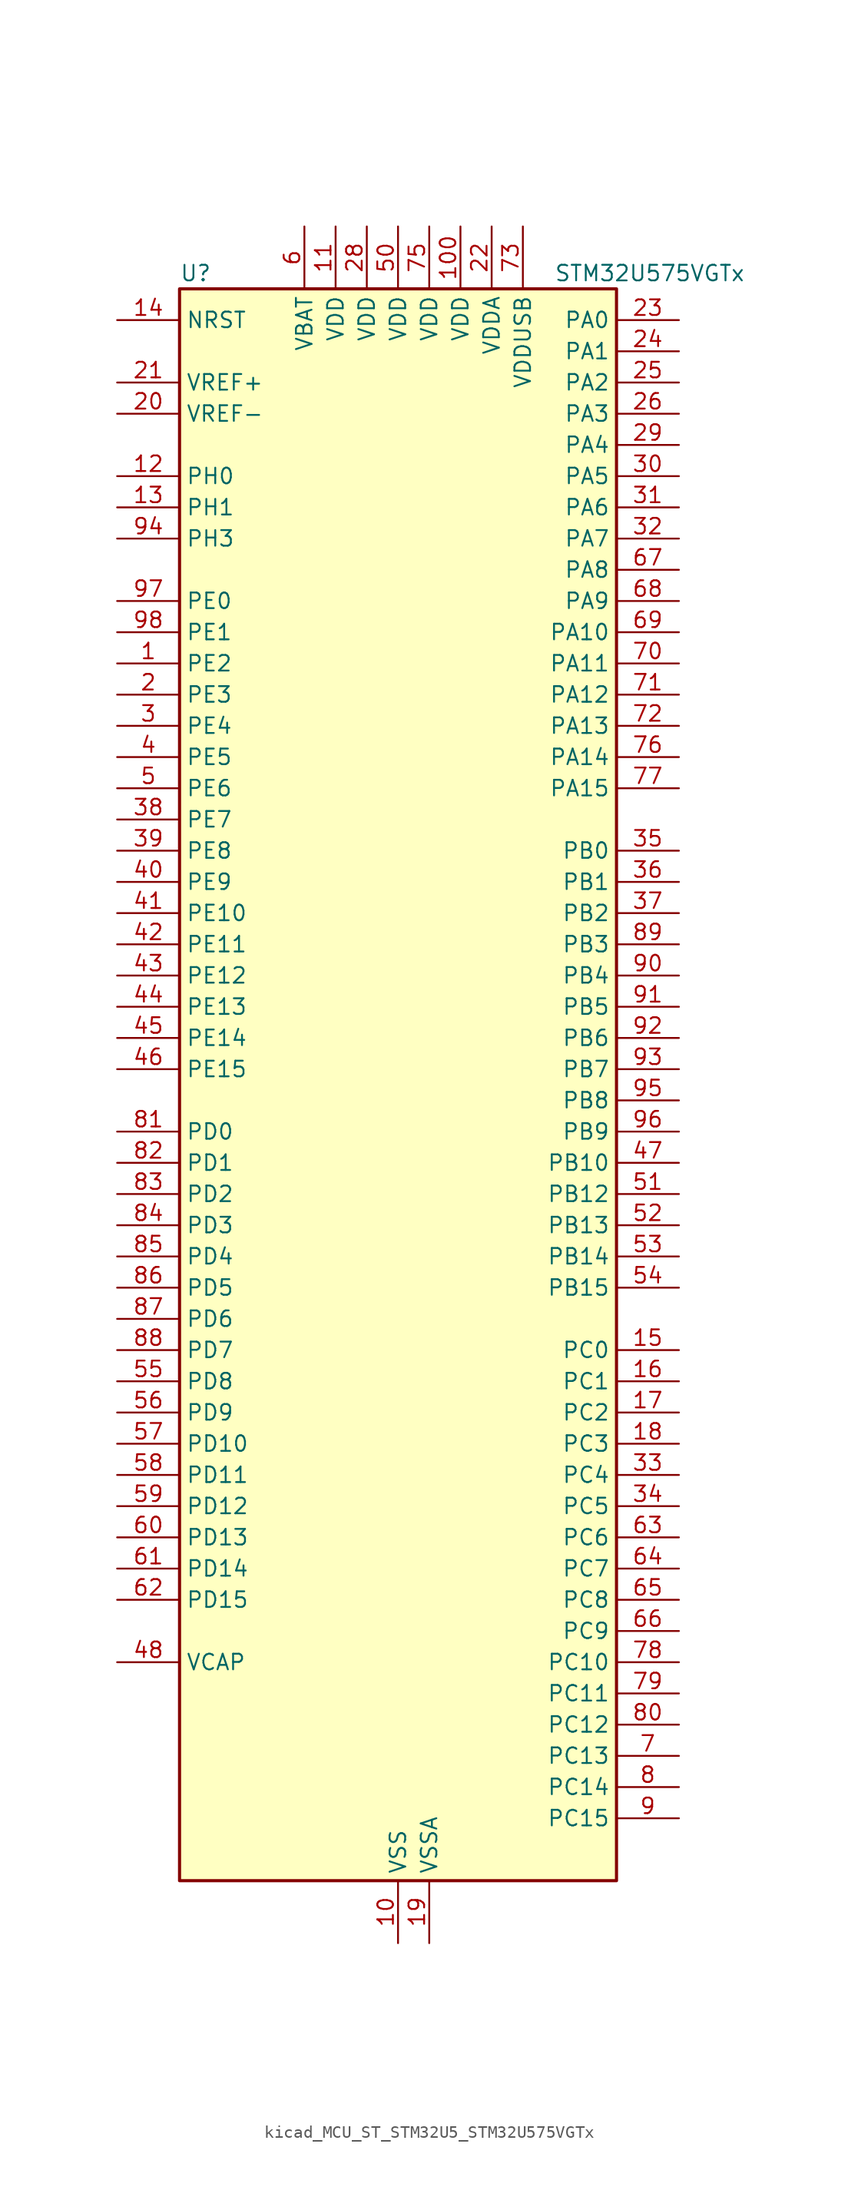
<source format=kicad_sym>
(kicad_symbol_lib
  (version 20220914)
  (generator kicad_symbol_editor)
  (symbol "kicad_MCU_ST_STM32U5_STM32U575VGTx"
    (property "Reference" "U"
      (at -17.78 67.31 0)
      (effects (font (size 1.27 1.27)) (justify left)))
    (property "Value" "STM32U575VGTx"
      (at 12.7 67.31 0)
      (effects (font (size 1.27 1.27)) (justify left)))
    (property "ki_locked" ""
      (at 0 0 0)
      (effects (font (size 1.27 1.27))))
    (symbol "kicad_MCU_ST_STM32U5_STM32U575VGTx_0_1"
      (rectangle (start -17.78 -63.5) (end 17.78 66.04) (stroke (width 0.254) (type default)) (fill (type background))))
    (symbol "kicad_MCU_ST_STM32U5_STM32U575VGTx_1_1"
      (pin bidirectional line (at -22.86 35.56 0) (length 5.08) (name "PE2" (effects (font (size 1.27 1.27)))) (number "1" (effects (font (size 1.27 1.27)))) (alternate "DEBUG_TRACECLK" bidirectional line) (alternate "FMC_A23" bidirectional line) (alternate "SAI1_CK1" bidirectional line) (alternate "SAI1_MCLK_A" bidirectional line) (alternate "TIM3_ETR" bidirectional line) (alternate "TSC_G7_IO1" bidirectional line))
      (pin power_in line (at 0 -68.58 90) (length 5.08) (name "VSS" (effects (font (size 1.27 1.27)))) (number "10" (effects (font (size 1.27 1.27)))))
      (pin power_in line (at 5.08 71.12 270) (length 5.08) (name "VDD" (effects (font (size 1.27 1.27)))) (number "100" (effects (font (size 1.27 1.27)))))
      (pin power_in line (at -5.08 71.12 270) (length 5.08) (name "VDD" (effects (font (size 1.27 1.27)))) (number "11" (effects (font (size 1.27 1.27)))))
      (pin bidirectional line (at -22.86 50.8 0) (length 5.08) (name "PH0" (effects (font (size 1.27 1.27)))) (number "12" (effects (font (size 1.27 1.27)))) (alternate "RCC_OSC_IN" bidirectional line))
      (pin bidirectional line (at -22.86 48.26 0) (length 5.08) (name "PH1" (effects (font (size 1.27 1.27)))) (number "13" (effects (font (size 1.27 1.27)))) (alternate "RCC_OSC_OUT" bidirectional line))
      (pin input line (at -22.86 63.5 0) (length 5.08) (name "NRST" (effects (font (size 1.27 1.27)))) (number "14" (effects (font (size 1.27 1.27)))))
      (pin bidirectional line (at 22.86 -20.32 180) (length 5.08) (name "PC0" (effects (font (size 1.27 1.27)))) (number "15" (effects (font (size 1.27 1.27)))) (alternate "ADC1_IN1" bidirectional line) (alternate "ADC4_IN1" bidirectional line) (alternate "I2C3_SCL" bidirectional line) (alternate "LPTIM1_IN1" bidirectional line) (alternate "LPTIM2_IN1" bidirectional line) (alternate "LPUART1_RX" bidirectional line) (alternate "MDF1_SDI4" bidirectional line) (alternate "OCTOSPIM_P1_IO7" bidirectional line) (alternate "SAI2_FS_A" bidirectional line) (alternate "SDMMC1_D5" bidirectional line) (alternate "SPI2_RDY" bidirectional line))
      (pin bidirectional line (at 22.86 -22.86 180) (length 5.08) (name "PC1" (effects (font (size 1.27 1.27)))) (number "16" (effects (font (size 1.27 1.27)))) (alternate "ADC1_IN2" bidirectional line) (alternate "ADC4_IN2" bidirectional line) (alternate "DEBUG_TRACED0" bidirectional line) (alternate "I2C3_SDA" bidirectional line) (alternate "LPTIM1_CH1" bidirectional line) (alternate "LPUART1_TX" bidirectional line) (alternate "MDF1_CKI4" bidirectional line) (alternate "OCTOSPIM_P1_IO4" bidirectional line) (alternate "SAI1_SD_A" bidirectional line) (alternate "SDMMC2_CK" bidirectional line) (alternate "SPI2_MOSI" bidirectional line))
      (pin bidirectional line (at 22.86 -25.4 180) (length 5.08) (name "PC2" (effects (font (size 1.27 1.27)))) (number "17" (effects (font (size 1.27 1.27)))) (alternate "ADC1_IN3" bidirectional line) (alternate "ADC4_IN3" bidirectional line) (alternate "LPTIM1_IN2" bidirectional line) (alternate "MDF1_CCK1" bidirectional line) (alternate "OCTOSPIM_P1_IO5" bidirectional line) (alternate "SPI2_MISO" bidirectional line))
      (pin bidirectional line (at 22.86 -27.94 180) (length 5.08) (name "PC3" (effects (font (size 1.27 1.27)))) (number "18" (effects (font (size 1.27 1.27)))) (alternate "ADC1_IN4" bidirectional line) (alternate "ADC4_IN4" bidirectional line) (alternate "LPTIM1_ETR" bidirectional line) (alternate "LPTIM2_ETR" bidirectional line) (alternate "LPTIM3_CH1" bidirectional line) (alternate "OCTOSPIM_P1_IO6" bidirectional line) (alternate "SAI1_D1" bidirectional line) (alternate "SAI1_SD_A" bidirectional line) (alternate "SPI2_MOSI" bidirectional line))
      (pin power_in line (at 2.54 -68.58 90) (length 5.08) (name "VSSA" (effects (font (size 1.27 1.27)))) (number "19" (effects (font (size 1.27 1.27)))))
      (pin bidirectional line (at -22.86 33.02 0) (length 5.08) (name "PE3" (effects (font (size 1.27 1.27)))) (number "2" (effects (font (size 1.27 1.27)))) (alternate "DEBUG_TRACED0" bidirectional line) (alternate "FMC_A19" bidirectional line) (alternate "OCTOSPIM_P1_DQS" bidirectional line) (alternate "SAI1_SD_B" bidirectional line) (alternate "TAMP_IN6" bidirectional line) (alternate "TAMP_OUT3" bidirectional line) (alternate "TIM3_CH1" bidirectional line) (alternate "TSC_G7_IO2" bidirectional line))
      (pin input line (at -22.86 55.88 0) (length 5.08) (name "VREF-" (effects (font (size 1.27 1.27)))) (number "20" (effects (font (size 1.27 1.27)))))
      (pin input line (at -22.86 58.42 0) (length 5.08) (name "VREF+" (effects (font (size 1.27 1.27)))) (number "21" (effects (font (size 1.27 1.27)))) (alternate "VREFBUF_OUT" bidirectional line))
      (pin power_in line (at 7.62 71.12 270) (length 5.08) (name "VDDA" (effects (font (size 1.27 1.27)))) (number "22" (effects (font (size 1.27 1.27)))))
      (pin bidirectional line (at 22.86 63.5 180) (length 5.08) (name "PA0" (effects (font (size 1.27 1.27)))) (number "23" (effects (font (size 1.27 1.27)))) (alternate "ADC1_IN5" bidirectional line) (alternate "AUDIOCLK" bidirectional line) (alternate "OCTOSPIM_P2_NCS" bidirectional line) (alternate "OPAMP1_VINP" bidirectional line) (alternate "PWR_WKUP1" bidirectional line) (alternate "SDMMC2_CMD" bidirectional line) (alternate "SPI3_RDY" bidirectional line) (alternate "TAMP_IN2" bidirectional line) (alternate "TAMP_OUT1" bidirectional line) (alternate "TIM2_CH1" bidirectional line) (alternate "TIM2_ETR" bidirectional line) (alternate "TIM5_CH1" bidirectional line) (alternate "TIM8_ETR" bidirectional line) (alternate "UART4_TX" bidirectional line) (alternate "USART2_CTS" bidirectional line))
      (pin bidirectional line (at 22.86 60.96 180) (length 5.08) (name "PA1" (effects (font (size 1.27 1.27)))) (number "24" (effects (font (size 1.27 1.27)))) (alternate "ADC1_IN6" bidirectional line) (alternate "I2C1_SMBA" bidirectional line) (alternate "LPTIM1_CH2" bidirectional line) (alternate "OCTOSPIM_P1_DQS" bidirectional line) (alternate "OPAMP1_VINM" bidirectional line) (alternate "PWR_WKUP3" bidirectional line) (alternate "SPI1_SCK" bidirectional line) (alternate "TAMP_IN5" bidirectional line) (alternate "TAMP_OUT4" bidirectional line) (alternate "TIM15_CH1N" bidirectional line) (alternate "TIM2_CH2" bidirectional line) (alternate "TIM5_CH2" bidirectional line) (alternate "UART4_RX" bidirectional line) (alternate "USART2_DE" bidirectional line) (alternate "USART2_RTS" bidirectional line))
      (pin bidirectional line (at 22.86 58.42 180) (length 5.08) (name "PA2" (effects (font (size 1.27 1.27)))) (number "25" (effects (font (size 1.27 1.27)))) (alternate "ADC1_IN7" bidirectional line) (alternate "COMP1_INP" bidirectional line) (alternate "LPUART1_TX" bidirectional line) (alternate "OCTOSPIM_P1_NCS" bidirectional line) (alternate "PWR_WKUP4" bidirectional line) (alternate "RCC_LSCO" bidirectional line) (alternate "SPI1_RDY" bidirectional line) (alternate "TIM15_CH1" bidirectional line) (alternate "TIM2_CH3" bidirectional line) (alternate "TIM5_CH3" bidirectional line) (alternate "UCPD1_FRSTX1" bidirectional line) (alternate "USART2_TX" bidirectional line))
      (pin bidirectional line (at 22.86 55.88 180) (length 5.08) (name "PA3" (effects (font (size 1.27 1.27)))) (number "26" (effects (font (size 1.27 1.27)))) (alternate "ADC1_IN8" bidirectional line) (alternate "LPUART1_RX" bidirectional line) (alternate "OCTOSPIM_P1_CLK" bidirectional line) (alternate "OPAMP1_VOUT" bidirectional line) (alternate "PWR_WKUP5" bidirectional line) (alternate "SAI1_CK1" bidirectional line) (alternate "SAI1_MCLK_A" bidirectional line) (alternate "TIM15_CH2" bidirectional line) (alternate "TIM2_CH4" bidirectional line) (alternate "TIM5_CH4" bidirectional line) (alternate "USART2_RX" bidirectional line))
      (pin passive line (at 0 -68.58 90) (length 5.08) hide (name "VSS" (effects (font (size 1.27 1.27)))) (number "27" (effects (font (size 1.27 1.27)))))
      (pin power_in line (at -2.54 71.12 270) (length 5.08) (name "VDD" (effects (font (size 1.27 1.27)))) (number "28" (effects (font (size 1.27 1.27)))))
      (pin bidirectional line (at 22.86 53.34 180) (length 5.08) (name "PA4" (effects (font (size 1.27 1.27)))) (number "29" (effects (font (size 1.27 1.27)))) (alternate "ADC1_IN9" bidirectional line) (alternate "ADC4_IN9" bidirectional line) (alternate "DAC1_OUT1" bidirectional line) (alternate "DCMI_HSYNC" bidirectional line) (alternate "LPTIM2_CH1" bidirectional line) (alternate "OCTOSPIM_P1_NCS" bidirectional line) (alternate "PSSI_DE" bidirectional line) (alternate "PWR_WKUP2" bidirectional line) (alternate "SAI1_FS_B" bidirectional line) (alternate "SPI1_NSS" bidirectional line) (alternate "SPI3_NSS" bidirectional line) (alternate "USART2_CK" bidirectional line))
      (pin bidirectional line (at -22.86 30.48 0) (length 5.08) (name "PE4" (effects (font (size 1.27 1.27)))) (number "3" (effects (font (size 1.27 1.27)))) (alternate "DCMI_D4" bidirectional line) (alternate "DEBUG_TRACED1" bidirectional line) (alternate "FMC_A20" bidirectional line) (alternate "MDF1_SDI3" bidirectional line) (alternate "PSSI_D4" bidirectional line) (alternate "PWR_WKUP1" bidirectional line) (alternate "SAI1_D2" bidirectional line) (alternate "SAI1_FS_A" bidirectional line) (alternate "TAMP_IN7" bidirectional line) (alternate "TAMP_OUT8" bidirectional line) (alternate "TIM3_CH2" bidirectional line) (alternate "TSC_G7_IO3" bidirectional line))
      (pin bidirectional line (at 22.86 50.8 180) (length 5.08) (name "PA5" (effects (font (size 1.27 1.27)))) (number "30" (effects (font (size 1.27 1.27)))) (alternate "ADC1_IN10" bidirectional line) (alternate "ADC4_IN10" bidirectional line) (alternate "DAC1_OUT2" bidirectional line) (alternate "LPTIM2_ETR" bidirectional line) (alternate "PSSI_D14" bidirectional line) (alternate "PWR_CSLEEP" bidirectional line) (alternate "PWR_WKUP6" bidirectional line) (alternate "SPI1_SCK" bidirectional line) (alternate "TIM2_CH1" bidirectional line) (alternate "TIM2_ETR" bidirectional line) (alternate "TIM8_CH1N" bidirectional line) (alternate "USART3_RX" bidirectional line))
      (pin bidirectional line (at 22.86 48.26 180) (length 5.08) (name "PA6" (effects (font (size 1.27 1.27)))) (number "31" (effects (font (size 1.27 1.27)))) (alternate "ADC1_IN11" bidirectional line) (alternate "ADC4_IN11" bidirectional line) (alternate "DCMI_PIXCLK" bidirectional line) (alternate "LPUART1_CTS" bidirectional line) (alternate "OCTOSPIM_P1_IO3" bidirectional line) (alternate "OPAMP2_VINP" bidirectional line) (alternate "PSSI_PDCK" bidirectional line) (alternate "PWR_CDSTOP" bidirectional line) (alternate "PWR_WKUP7" bidirectional line) (alternate "SPI1_MISO" bidirectional line) (alternate "TIM16_CH1" bidirectional line) (alternate "TIM1_BKIN" bidirectional line) (alternate "TIM3_CH1" bidirectional line) (alternate "TIM8_BKIN" bidirectional line) (alternate "USART3_CTS" bidirectional line))
      (pin bidirectional line (at 22.86 45.72 180) (length 5.08) (name "PA7" (effects (font (size 1.27 1.27)))) (number "32" (effects (font (size 1.27 1.27)))) (alternate "ADC1_IN12" bidirectional line) (alternate "ADC4_IN20" bidirectional line) (alternate "I2C3_SCL" bidirectional line) (alternate "LPTIM2_CH2" bidirectional line) (alternate "OCTOSPIM_P1_IO2" bidirectional line) (alternate "OPAMP2_VINM" bidirectional line) (alternate "PWR_SRDSTOP" bidirectional line) (alternate "PWR_WKUP8" bidirectional line) (alternate "SPI1_MOSI" bidirectional line) (alternate "TIM17_CH1" bidirectional line) (alternate "TIM1_CH1N" bidirectional line) (alternate "TIM3_CH2" bidirectional line) (alternate "TIM8_CH1N" bidirectional line) (alternate "USART3_TX" bidirectional line))
      (pin bidirectional line (at 22.86 -30.48 180) (length 5.08) (name "PC4" (effects (font (size 1.27 1.27)))) (number "33" (effects (font (size 1.27 1.27)))) (alternate "ADC1_IN13" bidirectional line) (alternate "ADC4_IN22" bidirectional line) (alternate "COMP1_INM" bidirectional line) (alternate "OCTOSPIM_P1_IO7" bidirectional line) (alternate "USART3_TX" bidirectional line))
      (pin bidirectional line (at 22.86 -33.02 180) (length 5.08) (name "PC5" (effects (font (size 1.27 1.27)))) (number "34" (effects (font (size 1.27 1.27)))) (alternate "ADC1_IN14" bidirectional line) (alternate "ADC4_IN23" bidirectional line) (alternate "COMP1_INP" bidirectional line) (alternate "PSSI_D15" bidirectional line) (alternate "PWR_WKUP5" bidirectional line) (alternate "SAI1_D3" bidirectional line) (alternate "TAMP_IN4" bidirectional line) (alternate "TAMP_OUT5" bidirectional line) (alternate "TIM1_CH4N" bidirectional line) (alternate "USART3_RX" bidirectional line))
      (pin bidirectional line (at 22.86 20.32 180) (length 5.08) (name "PB0" (effects (font (size 1.27 1.27)))) (number "35" (effects (font (size 1.27 1.27)))) (alternate "ADC1_IN15" bidirectional line) (alternate "ADC4_IN18" bidirectional line) (alternate "AUDIOCLK" bidirectional line) (alternate "COMP1_OUT" bidirectional line) (alternate "LPTIM3_CH1" bidirectional line) (alternate "OCTOSPIM_P1_IO1" bidirectional line) (alternate "OPAMP2_VOUT" bidirectional line) (alternate "SPI1_NSS" bidirectional line) (alternate "TIM1_CH2N" bidirectional line) (alternate "TIM3_CH3" bidirectional line) (alternate "TIM8_CH2N" bidirectional line) (alternate "USART3_CK" bidirectional line))
      (pin bidirectional line (at 22.86 17.78 180) (length 5.08) (name "PB1" (effects (font (size 1.27 1.27)))) (number "36" (effects (font (size 1.27 1.27)))) (alternate "ADC1_IN16" bidirectional line) (alternate "ADC4_IN19" bidirectional line) (alternate "COMP1_INM" bidirectional line) (alternate "LPTIM2_IN1" bidirectional line) (alternate "LPTIM3_CH2" bidirectional line) (alternate "LPUART1_DE" bidirectional line) (alternate "LPUART1_RTS" bidirectional line) (alternate "MDF1_SDI0" bidirectional line) (alternate "OCTOSPIM_P1_IO0" bidirectional line) (alternate "PWR_WKUP4" bidirectional line) (alternate "TIM1_CH3N" bidirectional line) (alternate "TIM3_CH4" bidirectional line) (alternate "TIM8_CH3N" bidirectional line) (alternate "USART3_DE" bidirectional line) (alternate "USART3_RTS" bidirectional line))
      (pin bidirectional line (at 22.86 15.24 180) (length 5.08) (name "PB2" (effects (font (size 1.27 1.27)))) (number "37" (effects (font (size 1.27 1.27)))) (alternate "ADC1_IN17" bidirectional line) (alternate "COMP1_INP" bidirectional line) (alternate "I2C3_SMBA" bidirectional line) (alternate "LPTIM1_CH1" bidirectional line) (alternate "MDF1_CKI0" bidirectional line) (alternate "OCTOSPIM_P1_DQS" bidirectional line) (alternate "PWR_WKUP1" bidirectional line) (alternate "RTC_OUT2" bidirectional line) (alternate "SPI1_RDY" bidirectional line) (alternate "TIM8_CH4N" bidirectional line) (alternate "UCPD1_FRSTX1" bidirectional line))
      (pin bidirectional line (at -22.86 22.86 0) (length 5.08) (name "PE7" (effects (font (size 1.27 1.27)))) (number "38" (effects (font (size 1.27 1.27)))) (alternate "FMC_D4" bidirectional line) (alternate "FMC_DA4" bidirectional line) (alternate "MDF1_SDI2" bidirectional line) (alternate "PWR_WKUP6" bidirectional line) (alternate "SAI1_SD_B" bidirectional line) (alternate "TIM1_ETR" bidirectional line))
      (pin bidirectional line (at -22.86 20.32 0) (length 5.08) (name "PE8" (effects (font (size 1.27 1.27)))) (number "39" (effects (font (size 1.27 1.27)))) (alternate "FMC_D5" bidirectional line) (alternate "FMC_DA5" bidirectional line) (alternate "MDF1_CKI2" bidirectional line) (alternate "PWR_WKUP7" bidirectional line) (alternate "SAI1_SCK_B" bidirectional line) (alternate "TIM1_CH1N" bidirectional line))
      (pin bidirectional line (at -22.86 27.94 0) (length 5.08) (name "PE5" (effects (font (size 1.27 1.27)))) (number "4" (effects (font (size 1.27 1.27)))) (alternate "DCMI_D6" bidirectional line) (alternate "DEBUG_TRACED2" bidirectional line) (alternate "FMC_A21" bidirectional line) (alternate "MDF1_CKI3" bidirectional line) (alternate "PSSI_D6" bidirectional line) (alternate "PWR_WKUP2" bidirectional line) (alternate "SAI1_CK2" bidirectional line) (alternate "SAI1_SCK_A" bidirectional line) (alternate "TAMP_IN8" bidirectional line) (alternate "TAMP_OUT7" bidirectional line) (alternate "TIM3_CH3" bidirectional line) (alternate "TSC_G7_IO4" bidirectional line))
      (pin bidirectional line (at -22.86 17.78 0) (length 5.08) (name "PE9" (effects (font (size 1.27 1.27)))) (number "40" (effects (font (size 1.27 1.27)))) (alternate "ADF1_CCK0" bidirectional line) (alternate "DAC1_EXTI9" bidirectional line) (alternate "FMC_D6" bidirectional line) (alternate "FMC_DA6" bidirectional line) (alternate "MDF1_CCK0" bidirectional line) (alternate "OCTOSPIM_P1_NCLK" bidirectional line) (alternate "SAI1_FS_B" bidirectional line) (alternate "TIM1_CH1" bidirectional line))
      (pin bidirectional line (at -22.86 15.24 0) (length 5.08) (name "PE10" (effects (font (size 1.27 1.27)))) (number "41" (effects (font (size 1.27 1.27)))) (alternate "ADF1_SDI0" bidirectional line) (alternate "FMC_D7" bidirectional line) (alternate "FMC_DA7" bidirectional line) (alternate "MDF1_SDI4" bidirectional line) (alternate "OCTOSPIM_P1_CLK" bidirectional line) (alternate "SAI1_MCLK_B" bidirectional line) (alternate "TIM1_CH2N" bidirectional line) (alternate "TSC_G5_IO1" bidirectional line))
      (pin bidirectional line (at -22.86 12.7 0) (length 5.08) (name "PE11" (effects (font (size 1.27 1.27)))) (number "42" (effects (font (size 1.27 1.27)))) (alternate "ADC1_EXTI11" bidirectional line) (alternate "FMC_D8" bidirectional line) (alternate "FMC_DA8" bidirectional line) (alternate "MDF1_CKI4" bidirectional line) (alternate "OCTOSPIM_P1_NCS" bidirectional line) (alternate "SPI1_RDY" bidirectional line) (alternate "TIM1_CH2" bidirectional line) (alternate "TSC_G5_IO2" bidirectional line))
      (pin bidirectional line (at -22.86 10.16 0) (length 5.08) (name "PE12" (effects (font (size 1.27 1.27)))) (number "43" (effects (font (size 1.27 1.27)))) (alternate "FMC_D9" bidirectional line) (alternate "FMC_DA9" bidirectional line) (alternate "MDF1_SDI5" bidirectional line) (alternate "OCTOSPIM_P1_IO0" bidirectional line) (alternate "SPI1_NSS" bidirectional line) (alternate "TIM1_CH3N" bidirectional line) (alternate "TSC_G5_IO3" bidirectional line))
      (pin bidirectional line (at -22.86 7.62 0) (length 5.08) (name "PE13" (effects (font (size 1.27 1.27)))) (number "44" (effects (font (size 1.27 1.27)))) (alternate "FMC_D10" bidirectional line) (alternate "FMC_DA10" bidirectional line) (alternate "MDF1_CKI5" bidirectional line) (alternate "OCTOSPIM_P1_IO1" bidirectional line) (alternate "SPI1_SCK" bidirectional line) (alternate "TIM1_CH3" bidirectional line) (alternate "TSC_G5_IO4" bidirectional line))
      (pin bidirectional line (at -22.86 5.08 0) (length 5.08) (name "PE14" (effects (font (size 1.27 1.27)))) (number "45" (effects (font (size 1.27 1.27)))) (alternate "FMC_D11" bidirectional line) (alternate "FMC_DA11" bidirectional line) (alternate "OCTOSPIM_P1_IO2" bidirectional line) (alternate "SPI1_MISO" bidirectional line) (alternate "TIM1_BKIN2" bidirectional line) (alternate "TIM1_CH4" bidirectional line))
      (pin bidirectional line (at -22.86 2.54 0) (length 5.08) (name "PE15" (effects (font (size 1.27 1.27)))) (number "46" (effects (font (size 1.27 1.27)))) (alternate "ADC1_EXTI15" bidirectional line) (alternate "ADC4_EXTI15" bidirectional line) (alternate "FMC_D12" bidirectional line) (alternate "FMC_DA12" bidirectional line) (alternate "OCTOSPIM_P1_IO3" bidirectional line) (alternate "SPI1_MOSI" bidirectional line) (alternate "TIM1_BKIN" bidirectional line) (alternate "TIM1_CH4N" bidirectional line))
      (pin bidirectional line (at 22.86 -5.08 180) (length 5.08) (name "PB10" (effects (font (size 1.27 1.27)))) (number "47" (effects (font (size 1.27 1.27)))) (alternate "COMP1_OUT" bidirectional line) (alternate "I2C2_SCL" bidirectional line) (alternate "I2C4_SCL" bidirectional line) (alternate "LPTIM3_CH1" bidirectional line) (alternate "LPUART1_RX" bidirectional line) (alternate "OCTOSPIM_P1_CLK" bidirectional line) (alternate "PWR_WKUP8" bidirectional line) (alternate "SAI1_SCK_A" bidirectional line) (alternate "SPI2_SCK" bidirectional line) (alternate "TIM2_CH3" bidirectional line) (alternate "TSC_SYNC" bidirectional line) (alternate "USART3_TX" bidirectional line))
      (pin power_out line (at -22.86 -45.72 0) (length 5.08) (name "VCAP" (effects (font (size 1.27 1.27)))) (number "48" (effects (font (size 1.27 1.27)))))
      (pin passive line (at 0 -68.58 90) (length 5.08) hide (name "VSS" (effects (font (size 1.27 1.27)))) (number "49" (effects (font (size 1.27 1.27)))))
      (pin bidirectional line (at -22.86 25.4 0) (length 5.08) (name "PE6" (effects (font (size 1.27 1.27)))) (number "5" (effects (font (size 1.27 1.27)))) (alternate "DCMI_D7" bidirectional line) (alternate "DEBUG_TRACED3" bidirectional line) (alternate "FMC_A22" bidirectional line) (alternate "PSSI_D7" bidirectional line) (alternate "PWR_WKUP3" bidirectional line) (alternate "SAI1_D1" bidirectional line) (alternate "SAI1_SD_A" bidirectional line) (alternate "TAMP_IN3" bidirectional line) (alternate "TAMP_OUT6" bidirectional line) (alternate "TIM3_CH4" bidirectional line))
      (pin power_in line (at 0 71.12 270) (length 5.08) (name "VDD" (effects (font (size 1.27 1.27)))) (number "50" (effects (font (size 1.27 1.27)))))
      (pin bidirectional line (at 22.86 -7.62 180) (length 5.08) (name "PB12" (effects (font (size 1.27 1.27)))) (number "51" (effects (font (size 1.27 1.27)))) (alternate "I2C2_SMBA" bidirectional line) (alternate "LPUART1_DE" bidirectional line) (alternate "LPUART1_RTS" bidirectional line) (alternate "MDF1_SDI1" bidirectional line) (alternate "OCTOSPIM_P1_NCLK" bidirectional line) (alternate "SAI2_FS_A" bidirectional line) (alternate "SPI2_NSS" bidirectional line) (alternate "TIM15_BKIN" bidirectional line) (alternate "TIM1_BKIN" bidirectional line) (alternate "TSC_G1_IO1" bidirectional line) (alternate "USART3_CK" bidirectional line))
      (pin bidirectional line (at 22.86 -10.16 180) (length 5.08) (name "PB13" (effects (font (size 1.27 1.27)))) (number "52" (effects (font (size 1.27 1.27)))) (alternate "I2C2_SCL" bidirectional line) (alternate "LPTIM3_IN1" bidirectional line) (alternate "LPUART1_CTS" bidirectional line) (alternate "MDF1_CKI1" bidirectional line) (alternate "SAI2_SCK_A" bidirectional line) (alternate "SPI2_SCK" bidirectional line) (alternate "TIM15_CH1N" bidirectional line) (alternate "TIM1_CH1N" bidirectional line) (alternate "TSC_G1_IO2" bidirectional line) (alternate "USART3_CTS" bidirectional line))
      (pin bidirectional line (at 22.86 -12.7 180) (length 5.08) (name "PB14" (effects (font (size 1.27 1.27)))) (number "53" (effects (font (size 1.27 1.27)))) (alternate "I2C2_SDA" bidirectional line) (alternate "LPTIM3_ETR" bidirectional line) (alternate "MDF1_SDI2" bidirectional line) (alternate "SAI2_MCLK_A" bidirectional line) (alternate "SDMMC2_D0" bidirectional line) (alternate "SPI2_MISO" bidirectional line) (alternate "TIM15_CH1" bidirectional line) (alternate "TIM1_CH2N" bidirectional line) (alternate "TIM8_CH2N" bidirectional line) (alternate "TSC_G1_IO3" bidirectional line) (alternate "UCPD1_DBCC2" bidirectional line) (alternate "USART3_DE" bidirectional line) (alternate "USART3_RTS" bidirectional line))
      (pin bidirectional line (at 22.86 -15.24 180) (length 5.08) (name "PB15" (effects (font (size 1.27 1.27)))) (number "54" (effects (font (size 1.27 1.27)))) (alternate "ADC1_EXTI15" bidirectional line) (alternate "ADC4_EXTI15" bidirectional line) (alternate "FMC_NBL1" bidirectional line) (alternate "LPTIM2_IN2" bidirectional line) (alternate "MDF1_CKI2" bidirectional line) (alternate "PWR_WKUP7" bidirectional line) (alternate "RTC_REFIN" bidirectional line) (alternate "SAI2_SD_A" bidirectional line) (alternate "SDMMC2_D1" bidirectional line) (alternate "SPI2_MOSI" bidirectional line) (alternate "TIM15_CH2" bidirectional line) (alternate "TIM1_CH3N" bidirectional line) (alternate "TIM8_CH3N" bidirectional line) (alternate "UCPD1_CC2" bidirectional line))
      (pin bidirectional line (at -22.86 -22.86 0) (length 5.08) (name "PD8" (effects (font (size 1.27 1.27)))) (number "55" (effects (font (size 1.27 1.27)))) (alternate "DCMI_HSYNC" bidirectional line) (alternate "FMC_D13" bidirectional line) (alternate "FMC_DA13" bidirectional line) (alternate "PSSI_DE" bidirectional line) (alternate "USART3_TX" bidirectional line))
      (pin bidirectional line (at -22.86 -25.4 0) (length 5.08) (name "PD9" (effects (font (size 1.27 1.27)))) (number "56" (effects (font (size 1.27 1.27)))) (alternate "DAC1_EXTI9" bidirectional line) (alternate "DCMI_PIXCLK" bidirectional line) (alternate "FMC_D14" bidirectional line) (alternate "FMC_DA14" bidirectional line) (alternate "LPTIM2_IN2" bidirectional line) (alternate "LPTIM3_IN1" bidirectional line) (alternate "PSSI_PDCK" bidirectional line) (alternate "SAI2_MCLK_A" bidirectional line) (alternate "USART3_RX" bidirectional line))
      (pin bidirectional line (at -22.86 -27.94 0) (length 5.08) (name "PD10" (effects (font (size 1.27 1.27)))) (number "57" (effects (font (size 1.27 1.27)))) (alternate "FMC_D15" bidirectional line) (alternate "FMC_DA15" bidirectional line) (alternate "LPTIM2_CH2" bidirectional line) (alternate "LPTIM3_ETR" bidirectional line) (alternate "SAI2_SCK_A" bidirectional line) (alternate "TSC_G6_IO1" bidirectional line) (alternate "USART3_CK" bidirectional line))
      (pin bidirectional line (at -22.86 -30.48 0) (length 5.08) (name "PD11" (effects (font (size 1.27 1.27)))) (number "58" (effects (font (size 1.27 1.27)))) (alternate "ADC1_EXTI11" bidirectional line) (alternate "ADC4_IN15" bidirectional line) (alternate "FMC_A16" bidirectional line) (alternate "FMC_CLE" bidirectional line) (alternate "I2C4_SMBA" bidirectional line) (alternate "LPTIM2_ETR" bidirectional line) (alternate "SAI2_SD_A" bidirectional line) (alternate "TSC_G6_IO2" bidirectional line) (alternate "USART3_CTS" bidirectional line))
      (pin bidirectional line (at -22.86 -33.02 0) (length 5.08) (name "PD12" (effects (font (size 1.27 1.27)))) (number "59" (effects (font (size 1.27 1.27)))) (alternate "ADC4_IN16" bidirectional line) (alternate "FMC_A17" bidirectional line) (alternate "FMC_ALE" bidirectional line) (alternate "I2C4_SCL" bidirectional line) (alternate "LPTIM2_IN1" bidirectional line) (alternate "SAI2_FS_A" bidirectional line) (alternate "TIM4_CH1" bidirectional line) (alternate "TSC_G6_IO3" bidirectional line) (alternate "USART3_DE" bidirectional line) (alternate "USART3_RTS" bidirectional line))
      (pin power_in line (at -7.62 71.12 270) (length 5.08) (name "VBAT" (effects (font (size 1.27 1.27)))) (number "6" (effects (font (size 1.27 1.27)))))
      (pin bidirectional line (at -22.86 -35.56 0) (length 5.08) (name "PD13" (effects (font (size 1.27 1.27)))) (number "60" (effects (font (size 1.27 1.27)))) (alternate "ADC4_IN17" bidirectional line) (alternate "FMC_A18" bidirectional line) (alternate "I2C4_SDA" bidirectional line) (alternate "LPTIM2_CH1" bidirectional line) (alternate "LPTIM4_IN1" bidirectional line) (alternate "TIM4_CH2" bidirectional line) (alternate "TSC_G6_IO4" bidirectional line))
      (pin bidirectional line (at -22.86 -38.1 0) (length 5.08) (name "PD14" (effects (font (size 1.27 1.27)))) (number "61" (effects (font (size 1.27 1.27)))) (alternate "FMC_D0" bidirectional line) (alternate "FMC_DA0" bidirectional line) (alternate "LPTIM3_CH1" bidirectional line) (alternate "TIM4_CH3" bidirectional line))
      (pin bidirectional line (at -22.86 -40.64 0) (length 5.08) (name "PD15" (effects (font (size 1.27 1.27)))) (number "62" (effects (font (size 1.27 1.27)))) (alternate "ADC1_EXTI15" bidirectional line) (alternate "ADC4_EXTI15" bidirectional line) (alternate "FMC_D1" bidirectional line) (alternate "FMC_DA1" bidirectional line) (alternate "LPTIM3_CH2" bidirectional line) (alternate "TIM4_CH4" bidirectional line))
      (pin bidirectional line (at 22.86 -35.56 180) (length 5.08) (name "PC6" (effects (font (size 1.27 1.27)))) (number "63" (effects (font (size 1.27 1.27)))) (alternate "DCMI_D0" bidirectional line) (alternate "MDF1_CKI3" bidirectional line) (alternate "PSSI_D0" bidirectional line) (alternate "PWR_CSLEEP" bidirectional line) (alternate "SAI2_MCLK_A" bidirectional line) (alternate "SDMMC1_D0DIR" bidirectional line) (alternate "SDMMC1_D6" bidirectional line) (alternate "SDMMC2_D6" bidirectional line) (alternate "TIM3_CH1" bidirectional line) (alternate "TIM8_CH1" bidirectional line) (alternate "TSC_G4_IO1" bidirectional line))
      (pin bidirectional line (at 22.86 -38.1 180) (length 5.08) (name "PC7" (effects (font (size 1.27 1.27)))) (number "64" (effects (font (size 1.27 1.27)))) (alternate "DCMI_D1" bidirectional line) (alternate "LPTIM2_CH2" bidirectional line) (alternate "MDF1_SDI3" bidirectional line) (alternate "PSSI_D1" bidirectional line) (alternate "PWR_CDSTOP" bidirectional line) (alternate "SAI2_MCLK_B" bidirectional line) (alternate "SDMMC1_D123DIR" bidirectional line) (alternate "SDMMC1_D7" bidirectional line) (alternate "SDMMC2_D7" bidirectional line) (alternate "TIM3_CH2" bidirectional line) (alternate "TIM8_CH2" bidirectional line) (alternate "TSC_G4_IO2" bidirectional line))
      (pin bidirectional line (at 22.86 -40.64 180) (length 5.08) (name "PC8" (effects (font (size 1.27 1.27)))) (number "65" (effects (font (size 1.27 1.27)))) (alternate "DCMI_D2" bidirectional line) (alternate "LPTIM3_CH1" bidirectional line) (alternate "PSSI_D2" bidirectional line) (alternate "PWR_SRDSTOP" bidirectional line) (alternate "SDMMC1_D0" bidirectional line) (alternate "TIM3_CH3" bidirectional line) (alternate "TIM8_CH3" bidirectional line) (alternate "TSC_G4_IO3" bidirectional line))
      (pin bidirectional line (at 22.86 -43.18 180) (length 5.08) (name "PC9" (effects (font (size 1.27 1.27)))) (number "66" (effects (font (size 1.27 1.27)))) (alternate "DAC1_EXTI9" bidirectional line) (alternate "DCMI_D3" bidirectional line) (alternate "DEBUG_TRACED0" bidirectional line) (alternate "LPTIM3_CH2" bidirectional line) (alternate "PSSI_D3" bidirectional line) (alternate "SDMMC1_D1" bidirectional line) (alternate "TIM3_CH4" bidirectional line) (alternate "TIM8_BKIN2" bidirectional line) (alternate "TIM8_CH4" bidirectional line) (alternate "TSC_G4_IO4" bidirectional line) (alternate "USB_OTG_FS_NOE" bidirectional line))
      (pin bidirectional line (at 22.86 43.18 180) (length 5.08) (name "PA8" (effects (font (size 1.27 1.27)))) (number "67" (effects (font (size 1.27 1.27)))) (alternate "DEBUG_TRACECLK" bidirectional line) (alternate "LPTIM2_CH1" bidirectional line) (alternate "RCC_MCO" bidirectional line) (alternate "SAI1_CK2" bidirectional line) (alternate "SAI1_SCK_A" bidirectional line) (alternate "SPI1_RDY" bidirectional line) (alternate "TIM1_CH1" bidirectional line) (alternate "USART1_CK" bidirectional line) (alternate "USB_OTG_FS_SOF" bidirectional line))
      (pin bidirectional line (at 22.86 40.64 180) (length 5.08) (name "PA9" (effects (font (size 1.27 1.27)))) (number "68" (effects (font (size 1.27 1.27)))) (alternate "DAC1_EXTI9" bidirectional line) (alternate "DCMI_D0" bidirectional line) (alternate "PSSI_D0" bidirectional line) (alternate "SAI1_FS_A" bidirectional line) (alternate "SPI2_SCK" bidirectional line) (alternate "TIM15_BKIN" bidirectional line) (alternate "TIM1_CH2" bidirectional line) (alternate "USART1_TX" bidirectional line) (alternate "USB_OTG_FS_VBUS" bidirectional line))
      (pin bidirectional line (at 22.86 38.1 180) (length 5.08) (name "PA10" (effects (font (size 1.27 1.27)))) (number "69" (effects (font (size 1.27 1.27)))) (alternate "CRS_SYNC" bidirectional line) (alternate "DCMI_D1" bidirectional line) (alternate "LPTIM2_IN2" bidirectional line) (alternate "PSSI_D1" bidirectional line) (alternate "SAI1_D1" bidirectional line) (alternate "SAI1_SD_A" bidirectional line) (alternate "TIM17_BKIN" bidirectional line) (alternate "TIM1_CH3" bidirectional line) (alternate "USART1_RX" bidirectional line) (alternate "USB_OTG_FS_ID" bidirectional line))
      (pin bidirectional line (at 22.86 -53.34 180) (length 5.08) (name "PC13" (effects (font (size 1.27 1.27)))) (number "7" (effects (font (size 1.27 1.27)))) (alternate "PWR_WKUP2" bidirectional line) (alternate "RTC_OUT1" bidirectional line) (alternate "RTC_TS" bidirectional line) (alternate "TAMP_IN1" bidirectional line) (alternate "TAMP_OUT2" bidirectional line))
      (pin bidirectional line (at 22.86 35.56 180) (length 5.08) (name "PA11" (effects (font (size 1.27 1.27)))) (number "70" (effects (font (size 1.27 1.27)))) (alternate "ADC1_EXTI11" bidirectional line) (alternate "FDCAN1_RX" bidirectional line) (alternate "SPI1_MISO" bidirectional line) (alternate "TIM1_BKIN2" bidirectional line) (alternate "TIM1_CH4" bidirectional line) (alternate "USART1_CTS" bidirectional line) (alternate "USB_OTG_FS_DM" bidirectional line))
      (pin bidirectional line (at 22.86 33.02 180) (length 5.08) (name "PA12" (effects (font (size 1.27 1.27)))) (number "71" (effects (font (size 1.27 1.27)))) (alternate "FDCAN1_TX" bidirectional line) (alternate "OCTOSPIM_P2_NCS" bidirectional line) (alternate "SPI1_MOSI" bidirectional line) (alternate "TIM1_ETR" bidirectional line) (alternate "USART1_DE" bidirectional line) (alternate "USART1_RTS" bidirectional line) (alternate "USB_OTG_FS_DP" bidirectional line))
      (pin bidirectional line (at 22.86 30.48 180) (length 5.08) (name "PA13" (effects (font (size 1.27 1.27)))) (number "72" (effects (font (size 1.27 1.27)))) (alternate "DEBUG_JTMS-SWDIO" bidirectional line) (alternate "IR_OUT" bidirectional line) (alternate "SAI1_SD_B" bidirectional line) (alternate "USB_OTG_FS_NOE" bidirectional line))
      (pin power_in line (at 10.16 71.12 270) (length 5.08) (name "VDDUSB" (effects (font (size 1.27 1.27)))) (number "73" (effects (font (size 1.27 1.27)))))
      (pin passive line (at 0 -68.58 90) (length 5.08) hide (name "VSS" (effects (font (size 1.27 1.27)))) (number "74" (effects (font (size 1.27 1.27)))))
      (pin power_in line (at 2.54 71.12 270) (length 5.08) (name "VDD" (effects (font (size 1.27 1.27)))) (number "75" (effects (font (size 1.27 1.27)))))
      (pin bidirectional line (at 22.86 27.94 180) (length 5.08) (name "PA14" (effects (font (size 1.27 1.27)))) (number "76" (effects (font (size 1.27 1.27)))) (alternate "DEBUG_JTCK-SWCLK" bidirectional line) (alternate "I2C1_SMBA" bidirectional line) (alternate "I2C4_SMBA" bidirectional line) (alternate "LPTIM1_CH1" bidirectional line) (alternate "SAI1_FS_B" bidirectional line) (alternate "USB_OTG_FS_SOF" bidirectional line))
      (pin bidirectional line (at 22.86 25.4 180) (length 5.08) (name "PA15" (effects (font (size 1.27 1.27)))) (number "77" (effects (font (size 1.27 1.27)))) (alternate "ADC1_EXTI15" bidirectional line) (alternate "ADC4_EXTI15" bidirectional line) (alternate "DEBUG_JTDI" bidirectional line) (alternate "SAI2_FS_B" bidirectional line) (alternate "SPI1_NSS" bidirectional line) (alternate "SPI3_NSS" bidirectional line) (alternate "TIM2_CH1" bidirectional line) (alternate "TIM2_ETR" bidirectional line) (alternate "UART4_DE" bidirectional line) (alternate "UART4_RTS" bidirectional line) (alternate "UCPD1_CC1" bidirectional line) (alternate "USART2_RX" bidirectional line) (alternate "USART3_DE" bidirectional line) (alternate "USART3_RTS" bidirectional line))
      (pin bidirectional line (at 22.86 -45.72 180) (length 5.08) (name "PC10" (effects (font (size 1.27 1.27)))) (number "78" (effects (font (size 1.27 1.27)))) (alternate "ADF1_CCK1" bidirectional line) (alternate "DCMI_D8" bidirectional line) (alternate "DEBUG_TRACED1" bidirectional line) (alternate "LPTIM3_ETR" bidirectional line) (alternate "PSSI_D8" bidirectional line) (alternate "SAI2_SCK_B" bidirectional line) (alternate "SDMMC1_D2" bidirectional line) (alternate "SPI3_SCK" bidirectional line) (alternate "TSC_G3_IO2" bidirectional line) (alternate "UART4_TX" bidirectional line) (alternate "USART3_TX" bidirectional line))
      (pin bidirectional line (at 22.86 -48.26 180) (length 5.08) (name "PC11" (effects (font (size 1.27 1.27)))) (number "79" (effects (font (size 1.27 1.27)))) (alternate "ADC1_EXTI11" bidirectional line) (alternate "ADF1_SDI0" bidirectional line) (alternate "DCMI_D2" bidirectional line) (alternate "DCMI_D4" bidirectional line) (alternate "LPTIM3_IN1" bidirectional line) (alternate "OCTOSPIM_P1_NCS" bidirectional line) (alternate "PSSI_D2" bidirectional line) (alternate "PSSI_D4" bidirectional line) (alternate "SAI2_MCLK_B" bidirectional line) (alternate "SDMMC1_D3" bidirectional line) (alternate "SPI3_MISO" bidirectional line) (alternate "TSC_G3_IO3" bidirectional line) (alternate "UART4_RX" bidirectional line) (alternate "UCPD1_FRSTX2" bidirectional line) (alternate "USART3_RX" bidirectional line))
      (pin bidirectional line (at 22.86 -55.88 180) (length 5.08) (name "PC14" (effects (font (size 1.27 1.27)))) (number "8" (effects (font (size 1.27 1.27)))) (alternate "RCC_OSC32_IN" bidirectional line))
      (pin bidirectional line (at 22.86 -50.8 180) (length 5.08) (name "PC12" (effects (font (size 1.27 1.27)))) (number "80" (effects (font (size 1.27 1.27)))) (alternate "DCMI_D9" bidirectional line) (alternate "DEBUG_TRACED3" bidirectional line) (alternate "PSSI_D9" bidirectional line) (alternate "SAI2_SD_B" bidirectional line) (alternate "SDMMC1_CK" bidirectional line) (alternate "SPI3_MOSI" bidirectional line) (alternate "TSC_G3_IO4" bidirectional line) (alternate "UART5_TX" bidirectional line) (alternate "USART3_CK" bidirectional line))
      (pin bidirectional line (at -22.86 -2.54 0) (length 5.08) (name "PD0" (effects (font (size 1.27 1.27)))) (number "81" (effects (font (size 1.27 1.27)))) (alternate "FDCAN1_RX" bidirectional line) (alternate "FMC_D2" bidirectional line) (alternate "FMC_DA2" bidirectional line) (alternate "SPI2_NSS" bidirectional line) (alternate "TIM8_CH4N" bidirectional line))
      (pin bidirectional line (at -22.86 -5.08 0) (length 5.08) (name "PD1" (effects (font (size 1.27 1.27)))) (number "82" (effects (font (size 1.27 1.27)))) (alternate "FDCAN1_TX" bidirectional line) (alternate "FMC_D3" bidirectional line) (alternate "FMC_DA3" bidirectional line) (alternate "SPI2_SCK" bidirectional line))
      (pin bidirectional line (at -22.86 -7.62 0) (length 5.08) (name "PD2" (effects (font (size 1.27 1.27)))) (number "83" (effects (font (size 1.27 1.27)))) (alternate "DCMI_D11" bidirectional line) (alternate "DEBUG_TRACED2" bidirectional line) (alternate "LPTIM4_ETR" bidirectional line) (alternate "PSSI_D11" bidirectional line) (alternate "SDMMC1_CMD" bidirectional line) (alternate "TIM3_ETR" bidirectional line) (alternate "TSC_SYNC" bidirectional line) (alternate "UART5_RX" bidirectional line) (alternate "USART3_DE" bidirectional line) (alternate "USART3_RTS" bidirectional line))
      (pin bidirectional line (at -22.86 -10.16 0) (length 5.08) (name "PD3" (effects (font (size 1.27 1.27)))) (number "84" (effects (font (size 1.27 1.27)))) (alternate "DCMI_D5" bidirectional line) (alternate "FMC_CLK" bidirectional line) (alternate "MDF1_SDI0" bidirectional line) (alternate "OCTOSPIM_P2_NCS" bidirectional line) (alternate "PSSI_D5" bidirectional line) (alternate "SPI2_MISO" bidirectional line) (alternate "SPI2_SCK" bidirectional line) (alternate "USART2_CTS" bidirectional line))
      (pin bidirectional line (at -22.86 -12.7 0) (length 5.08) (name "PD4" (effects (font (size 1.27 1.27)))) (number "85" (effects (font (size 1.27 1.27)))) (alternate "FMC_NOE" bidirectional line) (alternate "MDF1_CKI0" bidirectional line) (alternate "OCTOSPIM_P1_IO4" bidirectional line) (alternate "SPI2_MOSI" bidirectional line) (alternate "USART2_DE" bidirectional line) (alternate "USART2_RTS" bidirectional line))
      (pin bidirectional line (at -22.86 -15.24 0) (length 5.08) (name "PD5" (effects (font (size 1.27 1.27)))) (number "86" (effects (font (size 1.27 1.27)))) (alternate "FMC_NWE" bidirectional line) (alternate "OCTOSPIM_P1_IO5" bidirectional line) (alternate "SPI2_RDY" bidirectional line) (alternate "USART2_TX" bidirectional line))
      (pin bidirectional line (at -22.86 -17.78 0) (length 5.08) (name "PD6" (effects (font (size 1.27 1.27)))) (number "87" (effects (font (size 1.27 1.27)))) (alternate "DCMI_D10" bidirectional line) (alternate "FMC_NWAIT" bidirectional line) (alternate "MDF1_SDI1" bidirectional line) (alternate "OCTOSPIM_P1_IO6" bidirectional line) (alternate "PSSI_D10" bidirectional line) (alternate "SAI1_D1" bidirectional line) (alternate "SAI1_SD_A" bidirectional line) (alternate "SDMMC2_CK" bidirectional line) (alternate "SPI3_MOSI" bidirectional line) (alternate "USART2_RX" bidirectional line))
      (pin bidirectional line (at -22.86 -20.32 0) (length 5.08) (name "PD7" (effects (font (size 1.27 1.27)))) (number "88" (effects (font (size 1.27 1.27)))) (alternate "FMC_NCE" bidirectional line) (alternate "FMC_NE1" bidirectional line) (alternate "LPTIM4_OUT" bidirectional line) (alternate "MDF1_CKI1" bidirectional line) (alternate "OCTOSPIM_P1_IO7" bidirectional line) (alternate "SDMMC2_CMD" bidirectional line) (alternate "USART2_CK" bidirectional line))
      (pin bidirectional line (at 22.86 12.7 180) (length 5.08) (name "PB3" (effects (font (size 1.27 1.27)))) (number "89" (effects (font (size 1.27 1.27)))) (alternate "ADF1_CCK0" bidirectional line) (alternate "COMP2_INM" bidirectional line) (alternate "CRS_SYNC" bidirectional line) (alternate "DEBUG_JTDO-SWO" bidirectional line) (alternate "I2C1_SDA" bidirectional line) (alternate "LPTIM1_CH1" bidirectional line) (alternate "SAI1_SCK_B" bidirectional line) (alternate "SDMMC2_D2" bidirectional line) (alternate "SPI1_SCK" bidirectional line) (alternate "SPI3_SCK" bidirectional line) (alternate "TIM2_CH2" bidirectional line) (alternate "USART1_DE" bidirectional line) (alternate "USART1_RTS" bidirectional line))
      (pin bidirectional line (at 22.86 -58.42 180) (length 5.08) (name "PC15" (effects (font (size 1.27 1.27)))) (number "9" (effects (font (size 1.27 1.27)))) (alternate "ADC1_EXTI15" bidirectional line) (alternate "ADC4_EXTI15" bidirectional line) (alternate "RCC_OSC32_OUT" bidirectional line))
      (pin bidirectional line (at 22.86 10.16 180) (length 5.08) (name "PB4" (effects (font (size 1.27 1.27)))) (number "90" (effects (font (size 1.27 1.27)))) (alternate "ADF1_SDI0" bidirectional line) (alternate "COMP2_INP" bidirectional line) (alternate "DCMI_D12" bidirectional line) (alternate "DEBUG_JTRST" bidirectional line) (alternate "I2C3_SDA" bidirectional line) (alternate "LPTIM1_CH2" bidirectional line) (alternate "PSSI_D12" bidirectional line) (alternate "SAI1_MCLK_B" bidirectional line) (alternate "SDMMC2_D3" bidirectional line) (alternate "SPI1_MISO" bidirectional line) (alternate "SPI3_MISO" bidirectional line) (alternate "TIM17_BKIN" bidirectional line) (alternate "TIM3_CH1" bidirectional line) (alternate "TSC_G2_IO1" bidirectional line) (alternate "UART5_DE" bidirectional line) (alternate "UART5_RTS" bidirectional line) (alternate "USART1_CTS" bidirectional line))
      (pin bidirectional line (at 22.86 7.62 180) (length 5.08) (name "PB5" (effects (font (size 1.27 1.27)))) (number "91" (effects (font (size 1.27 1.27)))) (alternate "COMP2_OUT" bidirectional line) (alternate "DCMI_D10" bidirectional line) (alternate "I2C1_SMBA" bidirectional line) (alternate "LPTIM1_IN1" bidirectional line) (alternate "OCTOSPIM_P1_NCLK" bidirectional line) (alternate "PSSI_D10" bidirectional line) (alternate "PWR_WKUP6" bidirectional line) (alternate "SAI1_SD_B" bidirectional line) (alternate "SPI1_MOSI" bidirectional line) (alternate "SPI3_MOSI" bidirectional line) (alternate "TIM16_BKIN" bidirectional line) (alternate "TIM3_CH2" bidirectional line) (alternate "TSC_G2_IO2" bidirectional line) (alternate "UART5_CTS" bidirectional line) (alternate "UCPD1_DBCC1" bidirectional line) (alternate "USART1_CK" bidirectional line))
      (pin bidirectional line (at 22.86 5.08 180) (length 5.08) (name "PB6" (effects (font (size 1.27 1.27)))) (number "92" (effects (font (size 1.27 1.27)))) (alternate "COMP2_INP" bidirectional line) (alternate "DCMI_D5" bidirectional line) (alternate "I2C1_SCL" bidirectional line) (alternate "I2C4_SCL" bidirectional line) (alternate "LPTIM1_ETR" bidirectional line) (alternate "MDF1_SDI5" bidirectional line) (alternate "PSSI_D5" bidirectional line) (alternate "PWR_WKUP3" bidirectional line) (alternate "SAI1_FS_B" bidirectional line) (alternate "TIM16_CH1N" bidirectional line) (alternate "TIM4_CH1" bidirectional line) (alternate "TIM8_BKIN2" bidirectional line) (alternate "TSC_G2_IO3" bidirectional line) (alternate "USART1_TX" bidirectional line))
      (pin bidirectional line (at 22.86 2.54 180) (length 5.08) (name "PB7" (effects (font (size 1.27 1.27)))) (number "93" (effects (font (size 1.27 1.27)))) (alternate "COMP2_INM" bidirectional line) (alternate "DCMI_VSYNC" bidirectional line) (alternate "FMC_NL" bidirectional line) (alternate "I2C1_SDA" bidirectional line) (alternate "I2C4_SDA" bidirectional line) (alternate "LPTIM1_IN2" bidirectional line) (alternate "MDF1_CKI5" bidirectional line) (alternate "PSSI_RDY" bidirectional line) (alternate "PWR_PVD_IN" bidirectional line) (alternate "PWR_WKUP4" bidirectional line) (alternate "TIM17_CH1N" bidirectional line) (alternate "TIM4_CH2" bidirectional line) (alternate "TIM8_BKIN" bidirectional line) (alternate "TSC_G2_IO4" bidirectional line) (alternate "UART4_CTS" bidirectional line) (alternate "USART1_RX" bidirectional line))
      (pin bidirectional line (at -22.86 45.72 0) (length 5.08) (name "PH3" (effects (font (size 1.27 1.27)))) (number "94" (effects (font (size 1.27 1.27)))))
      (pin bidirectional line (at 22.86 0 180) (length 5.08) (name "PB8" (effects (font (size 1.27 1.27)))) (number "95" (effects (font (size 1.27 1.27)))) (alternate "DCMI_D6" bidirectional line) (alternate "FDCAN1_RX" bidirectional line) (alternate "I2C1_SCL" bidirectional line) (alternate "MDF1_CCK0" bidirectional line) (alternate "PSSI_D6" bidirectional line) (alternate "PWR_WKUP5" bidirectional line) (alternate "SAI1_CK1" bidirectional line) (alternate "SAI1_MCLK_A" bidirectional line) (alternate "SDMMC1_CKIN" bidirectional line) (alternate "SDMMC1_D4" bidirectional line) (alternate "SDMMC2_D4" bidirectional line) (alternate "SPI3_RDY" bidirectional line) (alternate "TIM16_CH1" bidirectional line) (alternate "TIM4_CH3" bidirectional line))
      (pin bidirectional line (at 22.86 -2.54 180) (length 5.08) (name "PB9" (effects (font (size 1.27 1.27)))) (number "96" (effects (font (size 1.27 1.27)))) (alternate "DAC1_EXTI9" bidirectional line) (alternate "DCMI_D7" bidirectional line) (alternate "FDCAN1_TX" bidirectional line) (alternate "I2C1_SDA" bidirectional line) (alternate "IR_OUT" bidirectional line) (alternate "PSSI_D7" bidirectional line) (alternate "SAI1_D2" bidirectional line) (alternate "SAI1_FS_A" bidirectional line) (alternate "SDMMC1_CDIR" bidirectional line) (alternate "SDMMC1_D5" bidirectional line) (alternate "SDMMC2_D5" bidirectional line) (alternate "SPI2_NSS" bidirectional line) (alternate "TIM17_CH1" bidirectional line) (alternate "TIM4_CH4" bidirectional line))
      (pin bidirectional line (at -22.86 40.64 0) (length 5.08) (name "PE0" (effects (font (size 1.27 1.27)))) (number "97" (effects (font (size 1.27 1.27)))) (alternate "DCMI_D2" bidirectional line) (alternate "FMC_NBL0" bidirectional line) (alternate "PSSI_D2" bidirectional line) (alternate "TIM16_CH1" bidirectional line) (alternate "TIM4_ETR" bidirectional line))
      (pin bidirectional line (at -22.86 38.1 0) (length 5.08) (name "PE1" (effects (font (size 1.27 1.27)))) (number "98" (effects (font (size 1.27 1.27)))) (alternate "DCMI_D3" bidirectional line) (alternate "FMC_NBL1" bidirectional line) (alternate "PSSI_D3" bidirectional line) (alternate "TIM17_CH1" bidirectional line))
      (pin passive line (at 0 -68.58 90) (length 5.08) hide (name "VSS" (effects (font (size 1.27 1.27)))) (number "99" (effects (font (size 1.27 1.27))))))))
</source>
